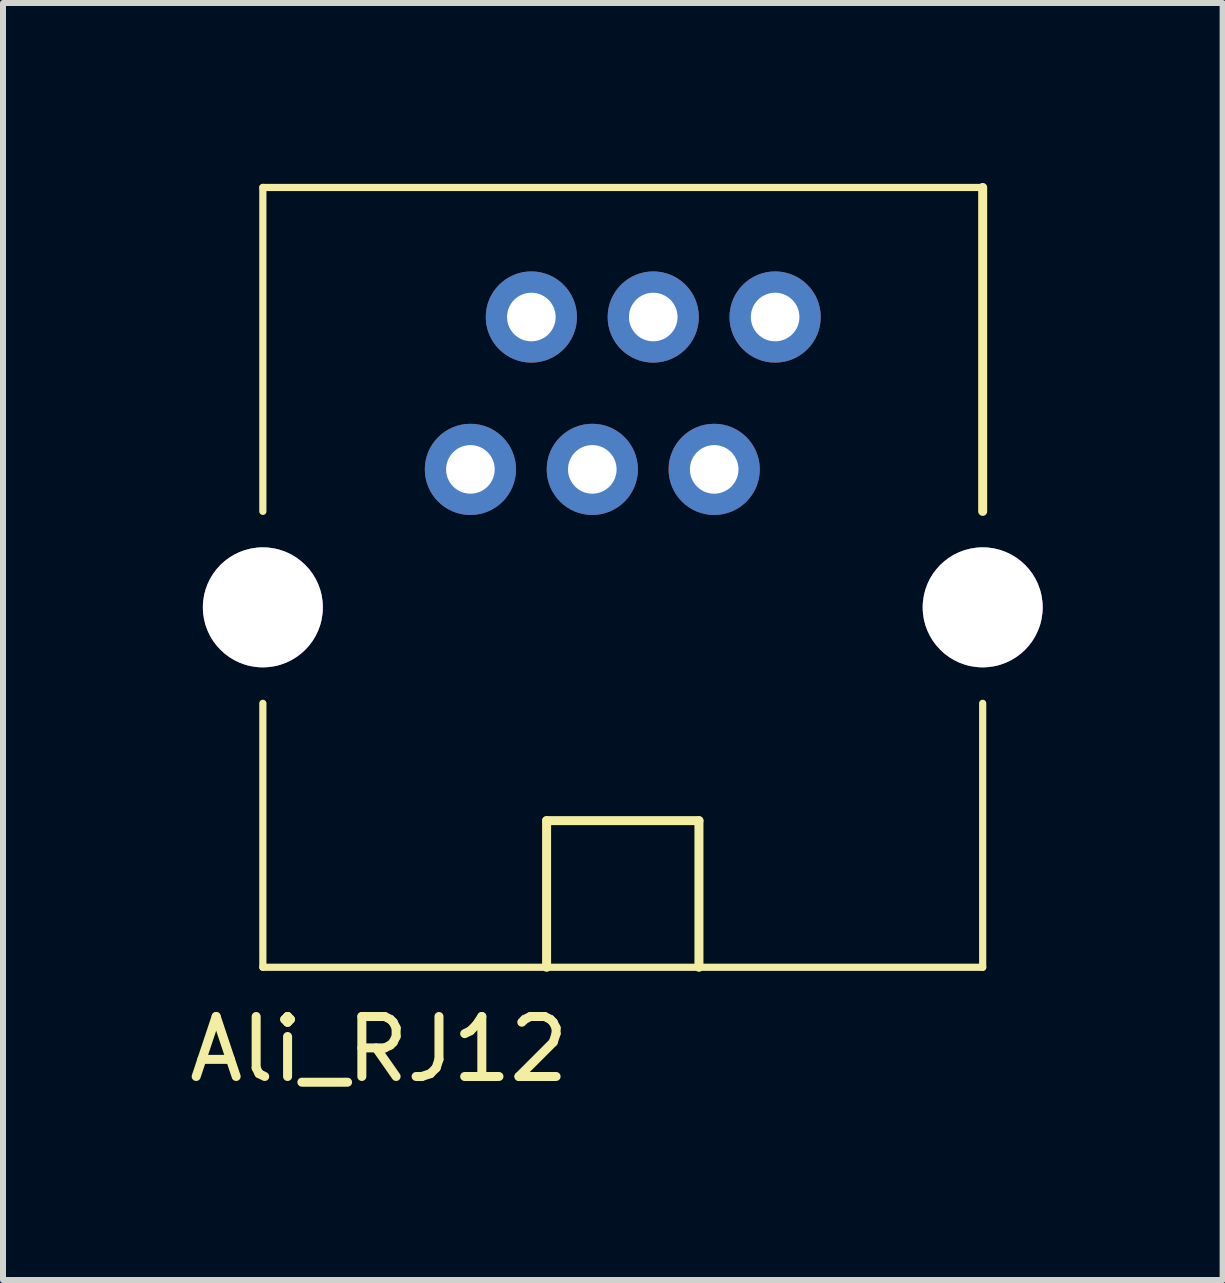
<source format=kicad_pcb>
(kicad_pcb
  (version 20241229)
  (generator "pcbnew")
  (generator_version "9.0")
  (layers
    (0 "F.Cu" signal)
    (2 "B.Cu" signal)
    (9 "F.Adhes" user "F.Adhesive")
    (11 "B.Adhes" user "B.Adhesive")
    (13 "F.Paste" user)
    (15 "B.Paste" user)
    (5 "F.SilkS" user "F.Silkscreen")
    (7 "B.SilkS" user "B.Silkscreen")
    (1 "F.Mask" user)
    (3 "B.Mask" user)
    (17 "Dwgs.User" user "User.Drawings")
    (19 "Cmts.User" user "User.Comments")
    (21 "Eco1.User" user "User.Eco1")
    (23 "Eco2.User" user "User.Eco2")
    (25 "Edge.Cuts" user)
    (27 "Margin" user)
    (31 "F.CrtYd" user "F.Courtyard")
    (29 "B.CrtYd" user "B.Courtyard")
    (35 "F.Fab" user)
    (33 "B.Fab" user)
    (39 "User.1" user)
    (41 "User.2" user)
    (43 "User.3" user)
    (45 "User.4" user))
  (footprint "Ali_RJ12"
    (layer "F.Cu")
    (at 7.332 7.075)
    (property "Reference" "Ali_RJ12" (at -4.064 7.366 0) (layer "F.SilkS") (effects (font (size 1 1) (thickness 0.15))))
    (attr through_hole)
    (fp_line (start -6 -7) (end -6 -1.6) (stroke (width 0.12) (type solid)) (layer "F.SilkS"))
    (fp_line (start -6 -7) (end 6 -7) (stroke (width 0.12) (type solid)) (layer "F.SilkS"))
    (fp_line (start -6 1.6) (end -6 6) (stroke (width 0.12) (type solid)) (layer "F.SilkS"))
    (fp_line (start -6 6) (end 6 6) (stroke (width 0.12) (type solid)) (layer "F.SilkS"))
    (fp_line (start -1.27 3.556) (end 1.27 3.556) (stroke (width 0.15) (type solid)) (layer "F.SilkS"))
    (fp_line (start -1.27 6) (end -1.27 3.556) (stroke (width 0.15) (type solid)) (layer "F.SilkS"))
    (fp_line (start 1.27 3.556) (end 1.27 6) (stroke (width 0.15) (type solid)) (layer "F.SilkS"))
    (fp_line (start 6 -7) (end 6 -1.6) (stroke (width 0.15) (type solid)) (layer "F.SilkS"))
    (fp_line (start 6 1.6) (end 6 6) (stroke (width 0.12) (type solid)) (layer "F.SilkS"))
    (pad "" thru_hole circle (at -6 0) (size 2 2) (drill 2) (layers "*.Cu" "*.Mask"))
    (pad "" thru_hole circle (at 6 0) (size 2 2) (drill 2) (layers "*.Cu" "*.Mask"))
    (pad "1" thru_hole circle (at 2.54 -4.84 180) (size 1.52 1.52) (drill 0.81) (layers "*.Cu" "*.Mask"))
    (pad "2" thru_hole circle (at 1.524 -2.3 180) (size 1.52 1.52) (drill 0.81) (layers "*.Cu" "*.Mask"))
    (pad "3" thru_hole circle (at 0.508 -4.84 180) (size 1.52 1.52) (drill 0.81) (layers "*.Cu" "*.Mask"))
    (pad "4" thru_hole circle (at -0.508 -2.3 180) (size 1.52 1.52) (drill 0.81) (layers "*.Cu" "*.Mask"))
    (pad "5" thru_hole circle (at -1.524 -4.84 180) (size 1.52 1.52) (drill 0.81) (layers "*.Cu" "*.Mask"))
    (pad "6" thru_hole circle (at -2.54 -2.3 180) (size 1.52 1.52) (drill 0.81) (layers "*.Cu" "*.Mask")))
  (gr_rect
    (start -3 -3)
    (end 17.332 18.289)
    (stroke (width 0.1) (type default))
    (fill no)
    (layer "Edge.Cuts")))
</source>
